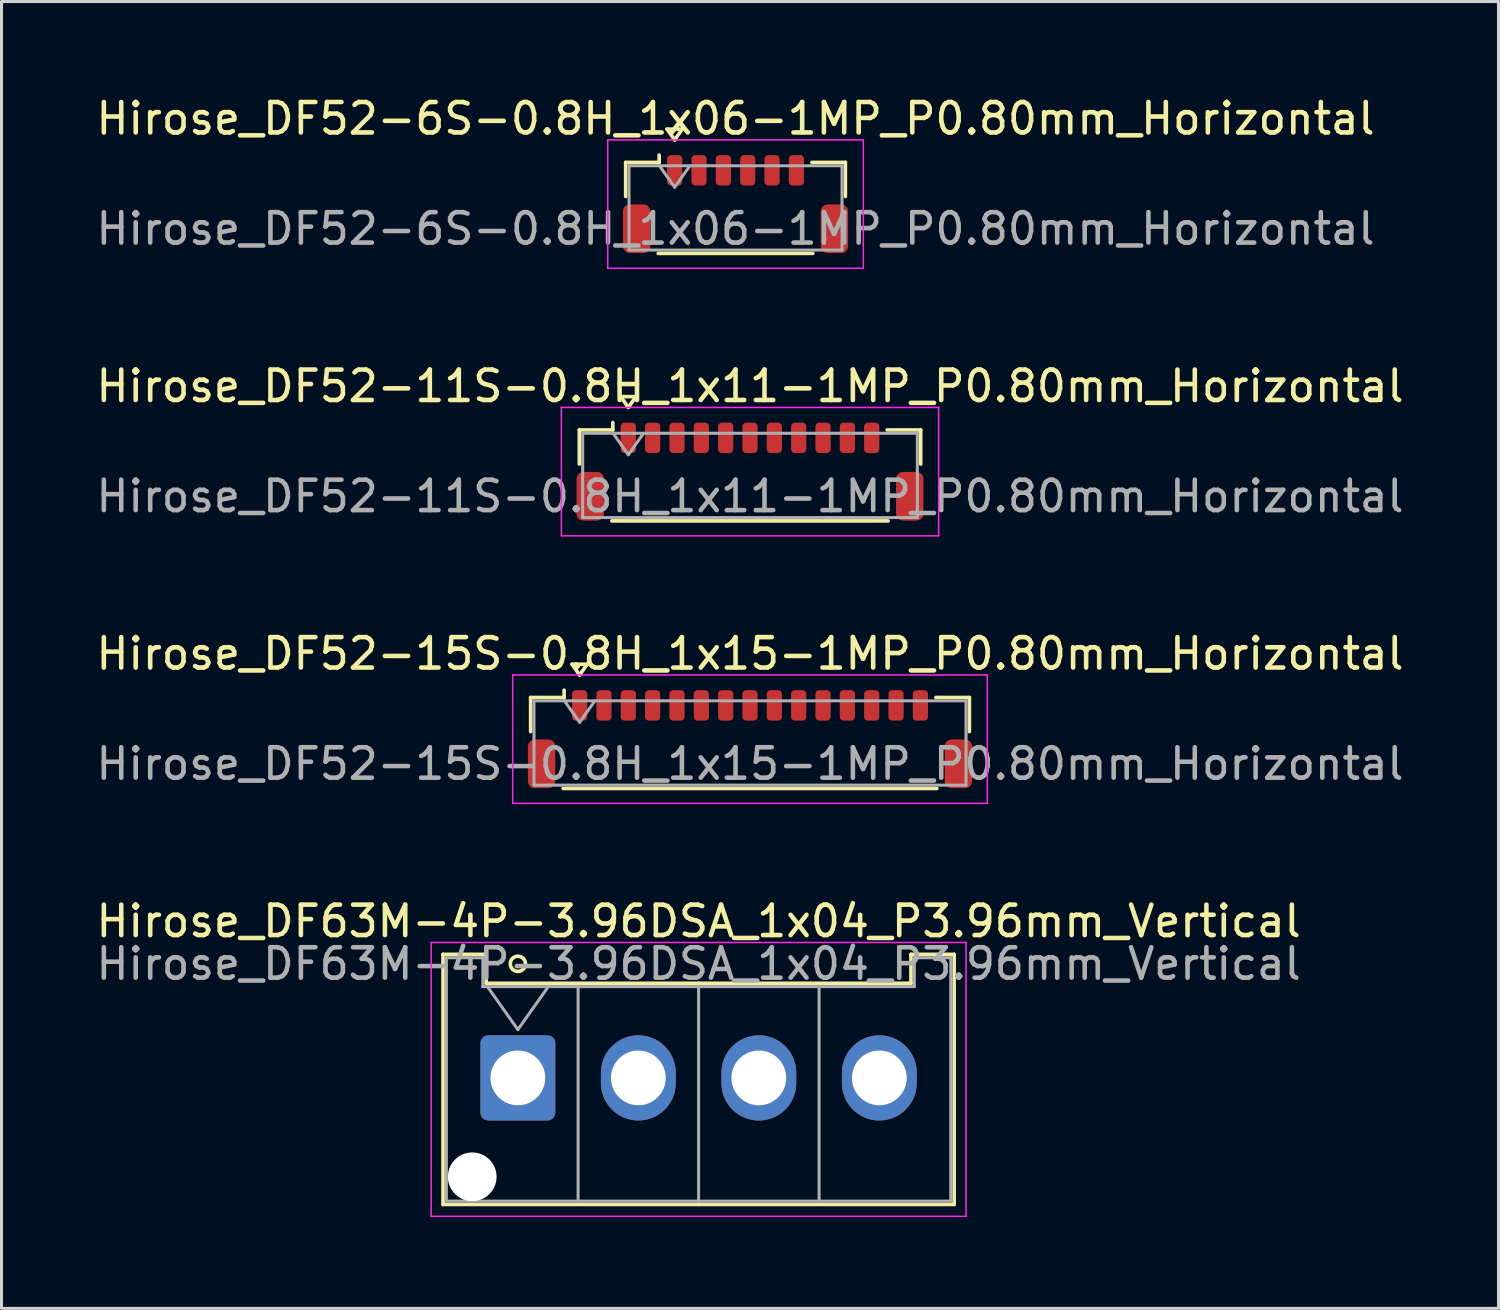
<source format=kicad_pcb>
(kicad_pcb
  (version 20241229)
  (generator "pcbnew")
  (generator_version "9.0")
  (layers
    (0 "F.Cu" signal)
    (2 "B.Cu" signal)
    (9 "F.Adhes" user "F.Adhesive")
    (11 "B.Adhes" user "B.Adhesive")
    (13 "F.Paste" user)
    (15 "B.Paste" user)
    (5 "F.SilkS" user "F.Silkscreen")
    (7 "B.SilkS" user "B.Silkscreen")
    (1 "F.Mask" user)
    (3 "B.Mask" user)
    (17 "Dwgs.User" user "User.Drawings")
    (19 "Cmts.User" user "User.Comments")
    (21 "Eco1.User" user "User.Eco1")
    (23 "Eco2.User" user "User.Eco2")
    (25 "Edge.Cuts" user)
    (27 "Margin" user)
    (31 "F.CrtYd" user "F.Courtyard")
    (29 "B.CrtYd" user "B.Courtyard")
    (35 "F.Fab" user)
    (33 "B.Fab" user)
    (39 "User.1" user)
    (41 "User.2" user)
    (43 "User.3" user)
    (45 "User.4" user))
  (footprint "Hirose_DF52-15S-0.8H_1x15-1MP_P0.80mm_Horizontal"
    (layer "F.Cu")
    (at 21.601 21.245)
    (property "Reference" "Hirose_DF52-15S-0.8H_1x15-1MP_P0.80mm_Horizontal" (at 0 -2.81 0) (layer "F.SilkS") (effects (font (size 1 1) (thickness 0.15))))
    (attr smd)
    (fp_line (start -7.21 -1.37) (end -6.11 -1.37) (stroke (width 0.12) (type solid)) (layer "F.SilkS"))
    (fp_line (start -7.21 -0.25) (end -7.21 -1.37) (stroke (width 0.12) (type solid)) (layer "F.SilkS"))
    (fp_line (start -6.14 1.62) (end 6.14 1.62) (stroke (width 0.12) (type solid)) (layer "F.SilkS"))
    (fp_line (start -6.11 -1.37) (end -6.11 -1.61) (stroke (width 0.12) (type solid)) (layer "F.SilkS"))
    (fp_line (start -5.85 -2.464) (end -5.6 -2.11) (stroke (width 0.12) (type solid)) (layer "F.SilkS"))
    (fp_line (start -5.6 -2.11) (end -5.35 -2.464) (stroke (width 0.12) (type solid)) (layer "F.SilkS"))
    (fp_line (start -5.35 -2.464) (end -5.85 -2.464) (stroke (width 0.12) (type solid)) (layer "F.SilkS"))
    (fp_line (start 7.21 -1.37) (end 6.11 -1.37) (stroke (width 0.12) (type solid)) (layer "F.SilkS"))
    (fp_line (start 7.21 -0.25) (end 7.21 -1.37) (stroke (width 0.12) (type solid)) (layer "F.SilkS"))
    (fp_line (start -7.8 -2.11) (end -7.8 2.11) (stroke (width 0.05) (type solid)) (layer "F.CrtYd"))
    (fp_line (start -7.8 2.11) (end 7.8 2.11) (stroke (width 0.05) (type solid)) (layer "F.CrtYd"))
    (fp_line (start 7.8 -2.11) (end -7.8 -2.11) (stroke (width 0.05) (type solid)) (layer "F.CrtYd"))
    (fp_line (start 7.8 2.11) (end 7.8 -2.11) (stroke (width 0.05) (type solid)) (layer "F.CrtYd"))
    (fp_line (start -7.1 -1.26) (end -7.1 1.51) (stroke (width 0.1) (type solid)) (layer "F.Fab"))
    (fp_line (start -7.1 -1.26) (end 7.1 -1.26) (stroke (width 0.1) (type solid)) (layer "F.Fab"))
    (fp_line (start -7.1 1.51) (end 7.1 1.51) (stroke (width 0.1) (type solid)) (layer "F.Fab"))
    (fp_line (start -6.1 -1.26) (end -5.6 -0.553) (stroke (width 0.1) (type solid)) (layer "F.Fab"))
    (fp_line (start -5.6 -0.553) (end -5.1 -1.26) (stroke (width 0.1) (type solid)) (layer "F.Fab"))
    (fp_line (start 7.1 -1.26) (end 7.1 1.51) (stroke (width 0.1) (type solid)) (layer "F.Fab"))
    (fp_text user "${REFERENCE}" (at 0 0.81 0) (layer "F.Fab") (effects (font (size 1 1) (thickness 0.15))))
    (pad "1" smd roundrect (at -5.6 -1.11) (size 0.5 1) (layers "F.Cu" "F.Mask" "F.Paste") (roundrect_rratio 0.25))
    (pad "2" smd roundrect (at -4.8 -1.11) (size 0.5 1) (layers "F.Cu" "F.Mask" "F.Paste") (roundrect_rratio 0.25))
    (pad "3" smd roundrect (at -4 -1.11) (size 0.5 1) (layers "F.Cu" "F.Mask" "F.Paste") (roundrect_rratio 0.25))
    (pad "4" smd roundrect (at -3.2 -1.11) (size 0.5 1) (layers "F.Cu" "F.Mask" "F.Paste") (roundrect_rratio 0.25))
    (pad "5" smd roundrect (at -2.4 -1.11) (size 0.5 1) (layers "F.Cu" "F.Mask" "F.Paste") (roundrect_rratio 0.25))
    (pad "6" smd roundrect (at -1.6 -1.11) (size 0.5 1) (layers "F.Cu" "F.Mask" "F.Paste") (roundrect_rratio 0.25))
    (pad "7" smd roundrect (at -0.8 -1.11) (size 0.5 1) (layers "F.Cu" "F.Mask" "F.Paste") (roundrect_rratio 0.25))
    (pad "8" smd roundrect (at 0 -1.11) (size 0.5 1) (layers "F.Cu" "F.Mask" "F.Paste") (roundrect_rratio 0.25))
    (pad "9" smd roundrect (at 0.8 -1.11) (size 0.5 1) (layers "F.Cu" "F.Mask" "F.Paste") (roundrect_rratio 0.25))
    (pad "10" smd roundrect (at 1.6 -1.11) (size 0.5 1) (layers "F.Cu" "F.Mask" "F.Paste") (roundrect_rratio 0.25))
    (pad "11" smd roundrect (at 2.4 -1.11) (size 0.5 1) (layers "F.Cu" "F.Mask" "F.Paste") (roundrect_rratio 0.25))
    (pad "12" smd roundrect (at 3.2 -1.11) (size 0.5 1) (layers "F.Cu" "F.Mask" "F.Paste") (roundrect_rratio 0.25))
    (pad "13" smd roundrect (at 4 -1.11) (size 0.5 1) (layers "F.Cu" "F.Mask" "F.Paste") (roundrect_rratio 0.25))
    (pad "14" smd roundrect (at 4.8 -1.11) (size 0.5 1) (layers "F.Cu" "F.Mask" "F.Paste") (roundrect_rratio 0.25))
    (pad "15" smd roundrect (at 5.6 -1.11) (size 0.5 1) (layers "F.Cu" "F.Mask" "F.Paste") (roundrect_rratio 0.25))
    (pad "MP" smd roundrect (at -6.85 0.81) (size 0.9 1.6) (layers "F.Cu" "F.Mask" "F.Paste") (roundrect_rratio 0.25))
    (pad "MP" smd roundrect (at 6.85 0.81) (size 0.9 1.6) (layers "F.Cu" "F.Mask" "F.Paste") (roundrect_rratio 0.25)))
  (footprint "Hirose_DF63M-4P-3.96DSA_1x04_P3.96mm_Vertical"
    (layer "F.Cu")
    (at 13.971 32.378)
    (property "Reference" "Hirose_DF63M-4P-3.96DSA_1x04_P3.96mm_Vertical" (at 5.94 -5.15 0) (layer "F.SilkS") (effects (font (size 1 1) (thickness 0.15))))
    (attr through_hole)
    (fp_line (start -2.46 -4.06) (end -1.04 -4.06) (stroke (width 0.12) (type solid)) (layer "F.SilkS"))
    (fp_line (start -2.46 4.16) (end -2.46 -4.06) (stroke (width 0.12) (type solid)) (layer "F.SilkS"))
    (fp_line (start -1.04 -4.06) (end -1.04 -3.11) (stroke (width 0.12) (type solid)) (layer "F.SilkS"))
    (fp_line (start -1.04 -3.11) (end 5.94 -3.11) (stroke (width 0.12) (type solid)) (layer "F.SilkS"))
    (fp_line (start 5.94 4.16) (end -2.46 4.16) (stroke (width 0.12) (type solid)) (layer "F.SilkS"))
    (fp_line (start 5.94 4.16) (end 14.34 4.16) (stroke (width 0.12) (type solid)) (layer "F.SilkS"))
    (fp_line (start 12.92 -4.06) (end 12.92 -3.11) (stroke (width 0.12) (type solid)) (layer "F.SilkS"))
    (fp_line (start 12.92 -3.11) (end 5.94 -3.11) (stroke (width 0.12) (type solid)) (layer "F.SilkS"))
    (fp_line (start 14.34 -4.06) (end 12.92 -4.06) (stroke (width 0.12) (type solid)) (layer "F.SilkS"))
    (fp_line (start 14.34 4.16) (end 14.34 -4.06) (stroke (width 0.12) (type solid)) (layer "F.SilkS"))
    (fp_circle (center 0 -3.75) (end 0.25 -3.75) (stroke (width 0.12) (type solid)) (fill no) (layer "F.SilkS"))
    (fp_line (start -2.85 -4.45) (end -2.85 4.55) (stroke (width 0.05) (type solid)) (layer "F.CrtYd"))
    (fp_line (start -2.85 4.55) (end 14.73 4.55) (stroke (width 0.05) (type solid)) (layer "F.CrtYd"))
    (fp_line (start 14.73 -4.45) (end -2.85 -4.45) (stroke (width 0.05) (type solid)) (layer "F.CrtYd"))
    (fp_line (start 14.73 4.55) (end 14.73 -4.45) (stroke (width 0.05) (type solid)) (layer "F.CrtYd"))
    (fp_line (start -2.35 -3.95) (end -1.15 -3.95) (stroke (width 0.1) (type solid)) (layer "F.Fab"))
    (fp_line (start -2.35 4.05) (end -2.35 -3.95) (stroke (width 0.1) (type solid)) (layer "F.Fab"))
    (fp_line (start -1.15 -3.95) (end -1.15 -3) (stroke (width 0.1) (type solid)) (layer "F.Fab"))
    (fp_line (start -1.15 -3) (end 5.94 -3) (stroke (width 0.1) (type solid)) (layer "F.Fab"))
    (fp_line (start -1 -3) (end 0 -1.586) (stroke (width 0.1) (type solid)) (layer "F.Fab"))
    (fp_line (start 0 -1.586) (end 1 -3) (stroke (width 0.1) (type solid)) (layer "F.Fab"))
    (fp_line (start 1.98 -3) (end 1.98 4.05) (stroke (width 0.1) (type solid)) (layer "F.Fab"))
    (fp_line (start 5.94 -3) (end 5.94 4.05) (stroke (width 0.1) (type solid)) (layer "F.Fab"))
    (fp_line (start 5.94 4.05) (end -2.35 4.05) (stroke (width 0.1) (type solid)) (layer "F.Fab"))
    (fp_line (start 5.94 4.05) (end 14.23 4.05) (stroke (width 0.1) (type solid)) (layer "F.Fab"))
    (fp_line (start 9.9 -3) (end 9.9 4.05) (stroke (width 0.1) (type solid)) (layer "F.Fab"))
    (fp_line (start 13.03 -3.95) (end 13.03 -3) (stroke (width 0.1) (type solid)) (layer "F.Fab"))
    (fp_line (start 13.03 -3) (end 5.94 -3) (stroke (width 0.1) (type solid)) (layer "F.Fab"))
    (fp_line (start 14.23 -3.95) (end 13.03 -3.95) (stroke (width 0.1) (type solid)) (layer "F.Fab"))
    (fp_line (start 14.23 4.05) (end 14.23 -3.95) (stroke (width 0.1) (type solid)) (layer "F.Fab"))
    (fp_text user "${REFERENCE}" (at 5.94 -3.75 0) (layer "F.Fab") (effects (font (size 1 1) (thickness 0.15))))
    (pad "" np_thru_hole circle (at -1.5 3.25) (size 1.6 1.6) (drill 1.6) (layers "*.Cu" "*.Mask"))
    (pad "1" thru_hole roundrect (at 0 0) (size 2.46 2.8) (drill 1.8) (layers "*.Cu" "*.Mask") (roundrect_rratio 0.102))
    (pad "2" thru_hole oval (at 3.96 0) (size 2.46 2.8) (drill 1.8) (layers "*.Cu" "*.Mask"))
    (pad "3" thru_hole oval (at 7.92 0) (size 2.46 2.8) (drill 1.8) (layers "*.Cu" "*.Mask"))
    (pad "4" thru_hole oval (at 11.88 0) (size 2.46 2.8) (drill 1.8) (layers "*.Cu" "*.Mask")))
  (footprint "Hirose_DF52-11S-0.8H_1x11-1MP_P0.80mm_Horizontal"
    (layer "F.Cu")
    (at 21.601 12.451)
    (property "Reference" "Hirose_DF52-11S-0.8H_1x11-1MP_P0.80mm_Horizontal" (at 0 -2.81 0) (layer "F.SilkS") (effects (font (size 1 1) (thickness 0.15))))
    (attr smd)
    (fp_line (start -5.61 -1.37) (end -4.51 -1.37) (stroke (width 0.12) (type solid)) (layer "F.SilkS"))
    (fp_line (start -5.61 -0.25) (end -5.61 -1.37) (stroke (width 0.12) (type solid)) (layer "F.SilkS"))
    (fp_line (start -4.54 1.62) (end 4.54 1.62) (stroke (width 0.12) (type solid)) (layer "F.SilkS"))
    (fp_line (start -4.51 -1.37) (end -4.51 -1.61) (stroke (width 0.12) (type solid)) (layer "F.SilkS"))
    (fp_line (start -4.25 -2.464) (end -4 -2.11) (stroke (width 0.12) (type solid)) (layer "F.SilkS"))
    (fp_line (start -4 -2.11) (end -3.75 -2.464) (stroke (width 0.12) (type solid)) (layer "F.SilkS"))
    (fp_line (start -3.75 -2.464) (end -4.25 -2.464) (stroke (width 0.12) (type solid)) (layer "F.SilkS"))
    (fp_line (start 5.61 -1.37) (end 4.51 -1.37) (stroke (width 0.12) (type solid)) (layer "F.SilkS"))
    (fp_line (start 5.61 -0.25) (end 5.61 -1.37) (stroke (width 0.12) (type solid)) (layer "F.SilkS"))
    (fp_line (start -6.2 -2.11) (end -6.2 2.11) (stroke (width 0.05) (type solid)) (layer "F.CrtYd"))
    (fp_line (start -6.2 2.11) (end 6.2 2.11) (stroke (width 0.05) (type solid)) (layer "F.CrtYd"))
    (fp_line (start 6.2 -2.11) (end -6.2 -2.11) (stroke (width 0.05) (type solid)) (layer "F.CrtYd"))
    (fp_line (start 6.2 2.11) (end 6.2 -2.11) (stroke (width 0.05) (type solid)) (layer "F.CrtYd"))
    (fp_line (start -5.5 -1.26) (end -5.5 1.51) (stroke (width 0.1) (type solid)) (layer "F.Fab"))
    (fp_line (start -5.5 -1.26) (end 5.5 -1.26) (stroke (width 0.1) (type solid)) (layer "F.Fab"))
    (fp_line (start -5.5 1.51) (end 5.5 1.51) (stroke (width 0.1) (type solid)) (layer "F.Fab"))
    (fp_line (start -4.5 -1.26) (end -4 -0.553) (stroke (width 0.1) (type solid)) (layer "F.Fab"))
    (fp_line (start -4 -0.553) (end -3.5 -1.26) (stroke (width 0.1) (type solid)) (layer "F.Fab"))
    (fp_line (start 5.5 -1.26) (end 5.5 1.51) (stroke (width 0.1) (type solid)) (layer "F.Fab"))
    (fp_text user "${REFERENCE}" (at 0 0.81 0) (layer "F.Fab") (effects (font (size 1 1) (thickness 0.15))))
    (pad "1" smd roundrect (at -4 -1.11) (size 0.5 1) (layers "F.Cu" "F.Mask" "F.Paste") (roundrect_rratio 0.25))
    (pad "2" smd roundrect (at -3.2 -1.11) (size 0.5 1) (layers "F.Cu" "F.Mask" "F.Paste") (roundrect_rratio 0.25))
    (pad "3" smd roundrect (at -2.4 -1.11) (size 0.5 1) (layers "F.Cu" "F.Mask" "F.Paste") (roundrect_rratio 0.25))
    (pad "4" smd roundrect (at -1.6 -1.11) (size 0.5 1) (layers "F.Cu" "F.Mask" "F.Paste") (roundrect_rratio 0.25))
    (pad "5" smd roundrect (at -0.8 -1.11) (size 0.5 1) (layers "F.Cu" "F.Mask" "F.Paste") (roundrect_rratio 0.25))
    (pad "6" smd roundrect (at 0 -1.11) (size 0.5 1) (layers "F.Cu" "F.Mask" "F.Paste") (roundrect_rratio 0.25))
    (pad "7" smd roundrect (at 0.8 -1.11) (size 0.5 1) (layers "F.Cu" "F.Mask" "F.Paste") (roundrect_rratio 0.25))
    (pad "8" smd roundrect (at 1.6 -1.11) (size 0.5 1) (layers "F.Cu" "F.Mask" "F.Paste") (roundrect_rratio 0.25))
    (pad "9" smd roundrect (at 2.4 -1.11) (size 0.5 1) (layers "F.Cu" "F.Mask" "F.Paste") (roundrect_rratio 0.25))
    (pad "10" smd roundrect (at 3.2 -1.11) (size 0.5 1) (layers "F.Cu" "F.Mask" "F.Paste") (roundrect_rratio 0.25))
    (pad "11" smd roundrect (at 4 -1.11) (size 0.5 1) (layers "F.Cu" "F.Mask" "F.Paste") (roundrect_rratio 0.25))
    (pad "MP" smd roundrect (at -5.25 0.81) (size 0.9 1.6) (layers "F.Cu" "F.Mask" "F.Paste") (roundrect_rratio 0.25))
    (pad "MP" smd roundrect (at 5.25 0.81) (size 0.9 1.6) (layers "F.Cu" "F.Mask" "F.Paste") (roundrect_rratio 0.25)))
  (footprint "Hirose_DF52-6S-0.8H_1x06-1MP_P0.80mm_Horizontal"
    (layer "F.Cu")
    (at 21.125 3.658)
    (property "Reference" "Hirose_DF52-6S-0.8H_1x06-1MP_P0.80mm_Horizontal" (at 0 -2.81 0) (layer "F.SilkS") (effects (font (size 1 1) (thickness 0.15))))
    (attr smd)
    (fp_line (start -3.61 -1.37) (end -2.51 -1.37) (stroke (width 0.12) (type solid)) (layer "F.SilkS"))
    (fp_line (start -3.61 -0.25) (end -3.61 -1.37) (stroke (width 0.12) (type solid)) (layer "F.SilkS"))
    (fp_line (start -2.54 1.62) (end 2.54 1.62) (stroke (width 0.12) (type solid)) (layer "F.SilkS"))
    (fp_line (start -2.51 -1.37) (end -2.51 -1.61) (stroke (width 0.12) (type solid)) (layer "F.SilkS"))
    (fp_line (start -2.25 -2.464) (end -2 -2.11) (stroke (width 0.12) (type solid)) (layer "F.SilkS"))
    (fp_line (start -2 -2.11) (end -1.75 -2.464) (stroke (width 0.12) (type solid)) (layer "F.SilkS"))
    (fp_line (start -1.75 -2.464) (end -2.25 -2.464) (stroke (width 0.12) (type solid)) (layer "F.SilkS"))
    (fp_line (start 3.61 -1.37) (end 2.51 -1.37) (stroke (width 0.12) (type solid)) (layer "F.SilkS"))
    (fp_line (start 3.61 -0.25) (end 3.61 -1.37) (stroke (width 0.12) (type solid)) (layer "F.SilkS"))
    (fp_line (start -4.2 -2.11) (end -4.2 2.11) (stroke (width 0.05) (type solid)) (layer "F.CrtYd"))
    (fp_line (start -4.2 2.11) (end 4.2 2.11) (stroke (width 0.05) (type solid)) (layer "F.CrtYd"))
    (fp_line (start 4.2 -2.11) (end -4.2 -2.11) (stroke (width 0.05) (type solid)) (layer "F.CrtYd"))
    (fp_line (start 4.2 2.11) (end 4.2 -2.11) (stroke (width 0.05) (type solid)) (layer "F.CrtYd"))
    (fp_line (start -3.5 -1.26) (end -3.5 1.51) (stroke (width 0.1) (type solid)) (layer "F.Fab"))
    (fp_line (start -3.5 -1.26) (end 3.5 -1.26) (stroke (width 0.1) (type solid)) (layer "F.Fab"))
    (fp_line (start -3.5 1.51) (end 3.5 1.51) (stroke (width 0.1) (type solid)) (layer "F.Fab"))
    (fp_line (start -2.5 -1.26) (end -2 -0.553) (stroke (width 0.1) (type solid)) (layer "F.Fab"))
    (fp_line (start -2 -0.553) (end -1.5 -1.26) (stroke (width 0.1) (type solid)) (layer "F.Fab"))
    (fp_line (start 3.5 -1.26) (end 3.5 1.51) (stroke (width 0.1) (type solid)) (layer "F.Fab"))
    (fp_text user "${REFERENCE}" (at 0 0.81 0) (layer "F.Fab") (effects (font (size 1 1) (thickness 0.15))))
    (pad "1" smd roundrect (at -2 -1.11) (size 0.5 1) (layers "F.Cu" "F.Mask" "F.Paste") (roundrect_rratio 0.25))
    (pad "2" smd roundrect (at -1.2 -1.11) (size 0.5 1) (layers "F.Cu" "F.Mask" "F.Paste") (roundrect_rratio 0.25))
    (pad "3" smd roundrect (at -0.4 -1.11) (size 0.5 1) (layers "F.Cu" "F.Mask" "F.Paste") (roundrect_rratio 0.25))
    (pad "4" smd roundrect (at 0.4 -1.11) (size 0.5 1) (layers "F.Cu" "F.Mask" "F.Paste") (roundrect_rratio 0.25))
    (pad "5" smd roundrect (at 1.2 -1.11) (size 0.5 1) (layers "F.Cu" "F.Mask" "F.Paste") (roundrect_rratio 0.25))
    (pad "6" smd roundrect (at 2 -1.11) (size 0.5 1) (layers "F.Cu" "F.Mask" "F.Paste") (roundrect_rratio 0.25))
    (pad "MP" smd roundrect (at -3.25 0.81) (size 0.9 1.6) (layers "F.Cu" "F.Mask" "F.Paste") (roundrect_rratio 0.25))
    (pad "MP" smd roundrect (at 3.25 0.81) (size 0.9 1.6) (layers "F.Cu" "F.Mask" "F.Paste") (roundrect_rratio 0.25)))
  (gr_rect
    (start -3 -3)
    (end 46.202 39.953)
    (stroke (width 0.1) (type default))
    (fill no)
    (layer "Edge.Cuts")))
</source>
